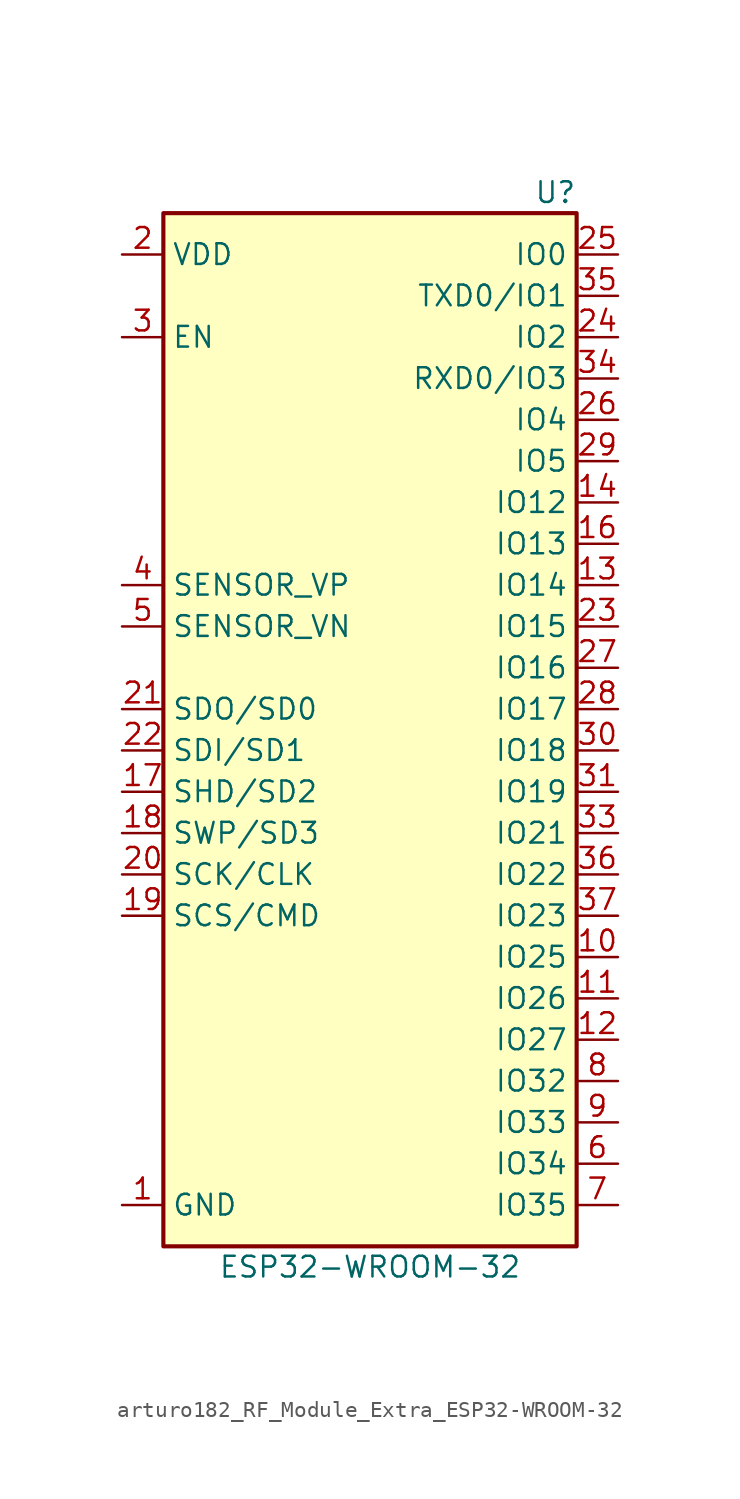
<source format=kicad_sym>
(kicad_symbol_lib
  (version 20220914)
  (generator kicad_symbol_editor)
  (symbol "arturo182_RF_Module_Extra_ESP32-WROOM-32"
    (property "Reference" "U"
      (at 12.7 34.29 0)
      (effects (font (size 1.27 1.27)) (justify right)))
    (property "Value" "ESP32-WROOM-32"
      (at 0 -31.75 0)
      (effects (font (size 1.27 1.27))))
    (symbol "arturo182_RF_Module_Extra_ESP32-WROOM-32_0_1"
      (rectangle (start -12.7 33.02) (end 12.7 -30.48) (stroke (width 0.254) (type default)) (fill (type background))))
    (symbol "arturo182_RF_Module_Extra_ESP32-WROOM-32_1_1"
      (pin power_in line (at -15.24 -27.94 0) (length 2.54) (name "GND" (effects (font (size 1.27 1.27)))) (number "1" (effects (font (size 1.27 1.27)))))
      (pin bidirectional line (at 15.24 -12.7 180) (length 2.54) (name "IO25" (effects (font (size 1.27 1.27)))) (number "10" (effects (font (size 1.27 1.27)))))
      (pin bidirectional line (at 15.24 -15.24 180) (length 2.54) (name "IO26" (effects (font (size 1.27 1.27)))) (number "11" (effects (font (size 1.27 1.27)))))
      (pin bidirectional line (at 15.24 -17.78 180) (length 2.54) (name "IO27" (effects (font (size 1.27 1.27)))) (number "12" (effects (font (size 1.27 1.27)))))
      (pin bidirectional line (at 15.24 10.16 180) (length 2.54) (name "IO14" (effects (font (size 1.27 1.27)))) (number "13" (effects (font (size 1.27 1.27)))))
      (pin bidirectional line (at 15.24 15.24 180) (length 2.54) (name "IO12" (effects (font (size 1.27 1.27)))) (number "14" (effects (font (size 1.27 1.27)))))
      (pin passive line (at -15.24 -27.94 0) (length 2.54) hide (name "GND" (effects (font (size 1.27 1.27)))) (number "15" (effects (font (size 1.27 1.27)))))
      (pin bidirectional line (at 15.24 12.7 180) (length 2.54) (name "IO13" (effects (font (size 1.27 1.27)))) (number "16" (effects (font (size 1.27 1.27)))))
      (pin bidirectional line (at -15.24 -2.54 0) (length 2.54) (name "SHD/SD2" (effects (font (size 1.27 1.27)))) (number "17" (effects (font (size 1.27 1.27)))))
      (pin bidirectional line (at -15.24 -5.08 0) (length 2.54) (name "SWP/SD3" (effects (font (size 1.27 1.27)))) (number "18" (effects (font (size 1.27 1.27)))))
      (pin bidirectional line (at -15.24 -10.16 0) (length 2.54) (name "SCS/CMD" (effects (font (size 1.27 1.27)))) (number "19" (effects (font (size 1.27 1.27)))))
      (pin power_in line (at -15.24 30.48 0) (length 2.54) (name "VDD" (effects (font (size 1.27 1.27)))) (number "2" (effects (font (size 1.27 1.27)))))
      (pin bidirectional line (at -15.24 -7.62 0) (length 2.54) (name "SCK/CLK" (effects (font (size 1.27 1.27)))) (number "20" (effects (font (size 1.27 1.27)))))
      (pin bidirectional line (at -15.24 2.54 0) (length 2.54) (name "SDO/SD0" (effects (font (size 1.27 1.27)))) (number "21" (effects (font (size 1.27 1.27)))))
      (pin bidirectional line (at -15.24 0 0) (length 2.54) (name "SDI/SD1" (effects (font (size 1.27 1.27)))) (number "22" (effects (font (size 1.27 1.27)))))
      (pin bidirectional line (at 15.24 7.62 180) (length 2.54) (name "IO15" (effects (font (size 1.27 1.27)))) (number "23" (effects (font (size 1.27 1.27)))))
      (pin bidirectional line (at 15.24 25.4 180) (length 2.54) (name "IO2" (effects (font (size 1.27 1.27)))) (number "24" (effects (font (size 1.27 1.27)))))
      (pin bidirectional line (at 15.24 30.48 180) (length 2.54) (name "IO0" (effects (font (size 1.27 1.27)))) (number "25" (effects (font (size 1.27 1.27)))))
      (pin bidirectional line (at 15.24 20.32 180) (length 2.54) (name "IO4" (effects (font (size 1.27 1.27)))) (number "26" (effects (font (size 1.27 1.27)))))
      (pin bidirectional line (at 15.24 5.08 180) (length 2.54) (name "IO16" (effects (font (size 1.27 1.27)))) (number "27" (effects (font (size 1.27 1.27)))))
      (pin bidirectional line (at 15.24 2.54 180) (length 2.54) (name "IO17" (effects (font (size 1.27 1.27)))) (number "28" (effects (font (size 1.27 1.27)))))
      (pin bidirectional line (at 15.24 17.78 180) (length 2.54) (name "IO5" (effects (font (size 1.27 1.27)))) (number "29" (effects (font (size 1.27 1.27)))))
      (pin input line (at -15.24 25.4 0) (length 2.54) (name "EN" (effects (font (size 1.27 1.27)))) (number "3" (effects (font (size 1.27 1.27)))))
      (pin bidirectional line (at 15.24 0 180) (length 2.54) (name "IO18" (effects (font (size 1.27 1.27)))) (number "30" (effects (font (size 1.27 1.27)))))
      (pin bidirectional line (at 15.24 -2.54 180) (length 2.54) (name "IO19" (effects (font (size 1.27 1.27)))) (number "31" (effects (font (size 1.27 1.27)))))
      (pin no_connect line (at -15.24 -25.4 0) (length 2.54) hide (name "NC" (effects (font (size 1.27 1.27)))) (number "32" (effects (font (size 1.27 1.27)))))
      (pin bidirectional line (at 15.24 -5.08 180) (length 2.54) (name "IO21" (effects (font (size 1.27 1.27)))) (number "33" (effects (font (size 1.27 1.27)))))
      (pin bidirectional line (at 15.24 22.86 180) (length 2.54) (name "RXD0/IO3" (effects (font (size 1.27 1.27)))) (number "34" (effects (font (size 1.27 1.27)))))
      (pin bidirectional line (at 15.24 27.94 180) (length 2.54) (name "TXD0/IO1" (effects (font (size 1.27 1.27)))) (number "35" (effects (font (size 1.27 1.27)))))
      (pin bidirectional line (at 15.24 -7.62 180) (length 2.54) (name "IO22" (effects (font (size 1.27 1.27)))) (number "36" (effects (font (size 1.27 1.27)))))
      (pin bidirectional line (at 15.24 -10.16 180) (length 2.54) (name "IO23" (effects (font (size 1.27 1.27)))) (number "37" (effects (font (size 1.27 1.27)))))
      (pin passive line (at -15.24 -27.94 0) (length 2.54) hide (name "GND" (effects (font (size 1.27 1.27)))) (number "38" (effects (font (size 1.27 1.27)))))
      (pin input line (at -15.24 10.16 0) (length 2.54) (name "SENSOR_VP" (effects (font (size 1.27 1.27)))) (number "4" (effects (font (size 1.27 1.27)))))
      (pin input line (at -15.24 7.62 0) (length 2.54) (name "SENSOR_VN" (effects (font (size 1.27 1.27)))) (number "5" (effects (font (size 1.27 1.27)))))
      (pin input line (at 15.24 -25.4 180) (length 2.54) (name "IO34" (effects (font (size 1.27 1.27)))) (number "6" (effects (font (size 1.27 1.27)))))
      (pin input line (at 15.24 -27.94 180) (length 2.54) (name "IO35" (effects (font (size 1.27 1.27)))) (number "7" (effects (font (size 1.27 1.27)))))
      (pin bidirectional line (at 15.24 -20.32 180) (length 2.54) (name "IO32" (effects (font (size 1.27 1.27)))) (number "8" (effects (font (size 1.27 1.27)))))
      (pin bidirectional line (at 15.24 -22.86 180) (length 2.54) (name "IO33" (effects (font (size 1.27 1.27)))) (number "9" (effects (font (size 1.27 1.27))))))))
</source>
